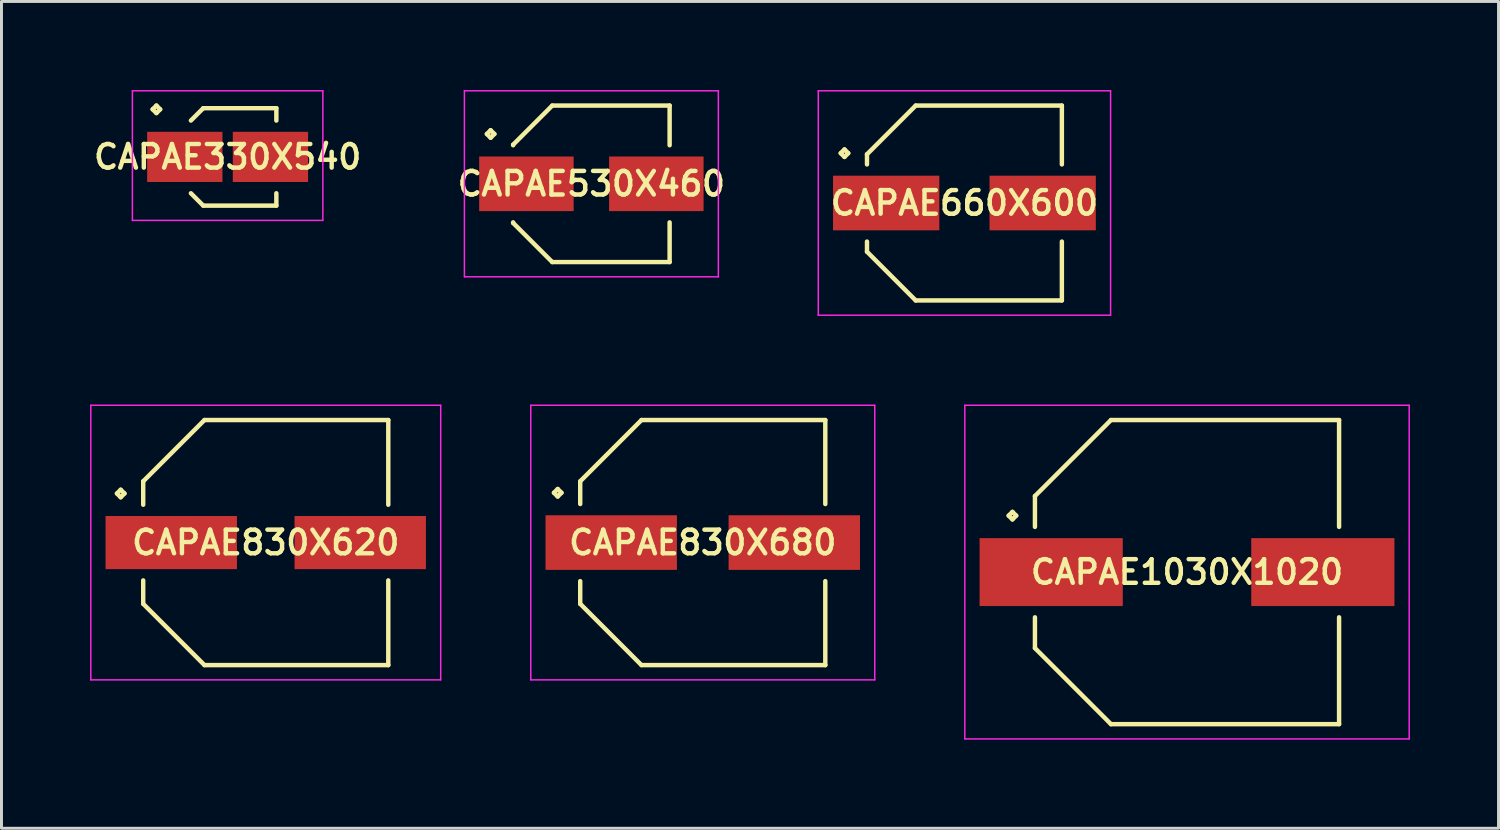
<source format=kicad_pcb>
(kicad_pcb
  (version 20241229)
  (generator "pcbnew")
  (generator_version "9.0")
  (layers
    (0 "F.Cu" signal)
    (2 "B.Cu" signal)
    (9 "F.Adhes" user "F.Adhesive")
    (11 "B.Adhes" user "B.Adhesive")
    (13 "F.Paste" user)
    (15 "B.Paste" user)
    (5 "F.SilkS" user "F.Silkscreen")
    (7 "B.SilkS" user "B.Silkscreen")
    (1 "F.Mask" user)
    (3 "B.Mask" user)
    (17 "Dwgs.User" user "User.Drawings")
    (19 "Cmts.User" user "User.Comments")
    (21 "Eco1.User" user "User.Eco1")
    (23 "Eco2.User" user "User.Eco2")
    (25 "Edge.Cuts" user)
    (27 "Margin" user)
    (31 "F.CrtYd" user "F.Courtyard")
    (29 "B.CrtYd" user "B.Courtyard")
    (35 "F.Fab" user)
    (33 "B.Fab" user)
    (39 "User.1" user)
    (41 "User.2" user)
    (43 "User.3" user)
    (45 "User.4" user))
  (footprint "CAPAE660X600"
    (layer "F.Cu")
    (at 29.612 3.825)
    (property "Reference" "CAPAE660X600" (at 0 0 0) (layer "F.SilkS") (effects (font (size 0.8 0.8) (thickness 0.15))))
    (attr smd)
    (fp_line (start -4.189 -1.687) (end -4.062 -1.814) (stroke (width 0.15) (type solid)) (layer "F.SilkS"))
    (fp_line (start -4.062 -1.814) (end -3.935 -1.687) (stroke (width 0.15) (type solid)) (layer "F.SilkS"))
    (fp_line (start -4.062 -1.56) (end -4.189 -1.687) (stroke (width 0.15) (type solid)) (layer "F.SilkS"))
    (fp_line (start -3.935 -1.687) (end -4.062 -1.56) (stroke (width 0.15) (type solid)) (layer "F.SilkS"))
    (fp_line (start -3.3 -1.65) (end -3.3 -1.306) (stroke (width 0.15) (type solid)) (layer "F.SilkS"))
    (fp_line (start -3.3 1.65) (end -3.3 1.306) (stroke (width 0.15) (type solid)) (layer "F.SilkS"))
    (fp_line (start -1.65 -3.3) (end -3.3 -1.65) (stroke (width 0.15) (type solid)) (layer "F.SilkS"))
    (fp_line (start -1.65 3.3) (end -3.3 1.65) (stroke (width 0.15) (type solid)) (layer "F.SilkS"))
    (fp_line (start 3.3 -3.3) (end -1.65 -3.3) (stroke (width 0.15) (type solid)) (layer "F.SilkS"))
    (fp_line (start 3.3 -1.306) (end 3.3 -3.3) (stroke (width 0.15) (type solid)) (layer "F.SilkS"))
    (fp_line (start 3.3 1.306) (end 3.3 3.3) (stroke (width 0.15) (type solid)) (layer "F.SilkS"))
    (fp_line (start 3.3 3.3) (end -1.65 3.3) (stroke (width 0.15) (type solid)) (layer "F.SilkS"))
    (fp_line (start -4.95 -3.8) (end 4.95 -3.8) (stroke (width 0.05) (type solid)) (layer "F.CrtYd"))
    (fp_line (start -4.95 3.8) (end -4.95 -3.8) (stroke (width 0.05) (type solid)) (layer "F.CrtYd"))
    (fp_line (start 4.95 -3.8) (end 4.95 3.8) (stroke (width 0.05) (type solid)) (layer "F.CrtYd"))
    (fp_line (start 4.95 3.8) (end -4.95 3.8) (stroke (width 0.05) (type solid)) (layer "F.CrtYd"))
    (pad "1" smd rect (at -2.65 0) (size 3.6 1.85) (layers "F.Cu" "F.Mask" "F.Paste"))
    (pad "2" smd rect (at 2.65 0) (size 3.6 1.85) (layers "F.Cu" "F.Mask" "F.Paste")))
  (footprint "CAPAE530X460"
    (layer "F.Cu")
    (at 16.978 3.175)
    (property "Reference" "CAPAE530X460" (at 0 0 0) (layer "F.SilkS") (effects (font (size 0.8 0.8) (thickness 0.15))))
    (attr smd)
    (fp_line (start -3.539 -1.687) (end -3.412 -1.814) (stroke (width 0.15) (type solid)) (layer "F.SilkS"))
    (fp_line (start -3.412 -1.814) (end -3.285 -1.687) (stroke (width 0.15) (type solid)) (layer "F.SilkS"))
    (fp_line (start -3.412 -1.56) (end -3.539 -1.687) (stroke (width 0.15) (type solid)) (layer "F.SilkS"))
    (fp_line (start -3.285 -1.687) (end -3.412 -1.56) (stroke (width 0.15) (type solid)) (layer "F.SilkS"))
    (fp_line (start -2.65 -1.325) (end -2.65 -1.306) (stroke (width 0.15) (type solid)) (layer "F.SilkS"))
    (fp_line (start -2.65 1.325) (end -2.65 1.306) (stroke (width 0.15) (type solid)) (layer "F.SilkS"))
    (fp_line (start -1.325 -2.65) (end -2.65 -1.325) (stroke (width 0.15) (type solid)) (layer "F.SilkS"))
    (fp_line (start -1.325 2.65) (end -2.65 1.325) (stroke (width 0.15) (type solid)) (layer "F.SilkS"))
    (fp_line (start 2.65 -2.65) (end -1.325 -2.65) (stroke (width 0.15) (type solid)) (layer "F.SilkS"))
    (fp_line (start 2.65 -1.306) (end 2.65 -2.65) (stroke (width 0.15) (type solid)) (layer "F.SilkS"))
    (fp_line (start 2.65 1.306) (end 2.65 2.65) (stroke (width 0.15) (type solid)) (layer "F.SilkS"))
    (fp_line (start 2.65 2.65) (end -1.325 2.65) (stroke (width 0.15) (type solid)) (layer "F.SilkS"))
    (fp_line (start -4.3 -3.15) (end 4.3 -3.15) (stroke (width 0.05) (type solid)) (layer "F.CrtYd"))
    (fp_line (start -4.3 3.15) (end -4.3 -3.15) (stroke (width 0.05) (type solid)) (layer "F.CrtYd"))
    (fp_line (start 4.3 -3.15) (end 4.3 3.15) (stroke (width 0.05) (type solid)) (layer "F.CrtYd"))
    (fp_line (start 4.3 3.15) (end -4.3 3.15) (stroke (width 0.05) (type solid)) (layer "F.CrtYd"))
    (pad "1" smd rect (at -2.2 0) (size 3.2 1.85) (layers "F.Cu" "F.Mask" "F.Paste"))
    (pad "2" smd rect (at 2.2 0) (size 3.2 1.85) (layers "F.Cu" "F.Mask" "F.Paste")))
  (footprint "CAPAE1030X1020"
    (layer "F.Cu")
    (at 37.15 16.325)
    (property "Reference" "CAPAE1030X1020" (at 0 0 0) (layer "F.SilkS") (effects (font (size 0.8 0.8) (thickness 0.15))))
    (attr smd)
    (fp_line (start -6.039 -1.912) (end -5.912 -2.039) (stroke (width 0.15) (type solid)) (layer "F.SilkS"))
    (fp_line (start -5.912 -2.039) (end -5.785 -1.912) (stroke (width 0.15) (type solid)) (layer "F.SilkS"))
    (fp_line (start -5.912 -1.785) (end -6.039 -1.912) (stroke (width 0.15) (type solid)) (layer "F.SilkS"))
    (fp_line (start -5.785 -1.912) (end -5.912 -1.785) (stroke (width 0.15) (type solid)) (layer "F.SilkS"))
    (fp_line (start -5.15 -2.575) (end -5.15 -1.531) (stroke (width 0.15) (type solid)) (layer "F.SilkS"))
    (fp_line (start -5.15 2.575) (end -5.15 1.531) (stroke (width 0.15) (type solid)) (layer "F.SilkS"))
    (fp_line (start -2.575 -5.15) (end -5.15 -2.575) (stroke (width 0.15) (type solid)) (layer "F.SilkS"))
    (fp_line (start -2.575 5.15) (end -5.15 2.575) (stroke (width 0.15) (type solid)) (layer "F.SilkS"))
    (fp_line (start 5.15 -5.15) (end -2.575 -5.15) (stroke (width 0.15) (type solid)) (layer "F.SilkS"))
    (fp_line (start 5.15 -1.531) (end 5.15 -5.15) (stroke (width 0.15) (type solid)) (layer "F.SilkS"))
    (fp_line (start 5.15 1.531) (end 5.15 5.15) (stroke (width 0.15) (type solid)) (layer "F.SilkS"))
    (fp_line (start 5.15 5.15) (end -2.575 5.15) (stroke (width 0.15) (type solid)) (layer "F.SilkS"))
    (fp_line (start -7.525 -5.65) (end 7.525 -5.65) (stroke (width 0.05) (type solid)) (layer "F.CrtYd"))
    (fp_line (start -7.525 5.65) (end -7.525 -5.65) (stroke (width 0.05) (type solid)) (layer "F.CrtYd"))
    (fp_line (start 7.525 -5.65) (end 7.525 5.65) (stroke (width 0.05) (type solid)) (layer "F.CrtYd"))
    (fp_line (start 7.525 5.65) (end -7.525 5.65) (stroke (width 0.05) (type solid)) (layer "F.CrtYd"))
    (pad "1" smd rect (at -4.6 0) (size 4.85 2.3) (layers "F.Cu" "F.Mask" "F.Paste"))
    (pad "2" smd rect (at 4.6 0) (size 4.85 2.3) (layers "F.Cu" "F.Mask" "F.Paste")))
  (footprint "CAPAE830X680"
    (layer "F.Cu")
    (at 20.75 15.325)
    (property "Reference" "CAPAE830X680" (at 0 0 0) (layer "F.SilkS") (effects (font (size 0.8 0.8) (thickness 0.15))))
    (attr smd)
    (fp_line (start -5.039 -1.687) (end -4.912 -1.814) (stroke (width 0.15) (type solid)) (layer "F.SilkS"))
    (fp_line (start -4.912 -1.814) (end -4.785 -1.687) (stroke (width 0.15) (type solid)) (layer "F.SilkS"))
    (fp_line (start -4.912 -1.56) (end -5.039 -1.687) (stroke (width 0.15) (type solid)) (layer "F.SilkS"))
    (fp_line (start -4.785 -1.687) (end -4.912 -1.56) (stroke (width 0.15) (type solid)) (layer "F.SilkS"))
    (fp_line (start -4.15 -2.075) (end -4.15 -1.306) (stroke (width 0.15) (type solid)) (layer "F.SilkS"))
    (fp_line (start -4.15 2.075) (end -4.15 1.306) (stroke (width 0.15) (type solid)) (layer "F.SilkS"))
    (fp_line (start -2.075 -4.15) (end -4.15 -2.075) (stroke (width 0.15) (type solid)) (layer "F.SilkS"))
    (fp_line (start -2.075 4.15) (end -4.15 2.075) (stroke (width 0.15) (type solid)) (layer "F.SilkS"))
    (fp_line (start 4.15 -4.15) (end -2.075 -4.15) (stroke (width 0.15) (type solid)) (layer "F.SilkS"))
    (fp_line (start 4.15 -1.306) (end 4.15 -4.15) (stroke (width 0.15) (type solid)) (layer "F.SilkS"))
    (fp_line (start 4.15 1.306) (end 4.15 4.15) (stroke (width 0.15) (type solid)) (layer "F.SilkS"))
    (fp_line (start 4.15 4.15) (end -2.075 4.15) (stroke (width 0.15) (type solid)) (layer "F.SilkS"))
    (fp_line (start -5.825 -4.65) (end 5.825 -4.65) (stroke (width 0.05) (type solid)) (layer "F.CrtYd"))
    (fp_line (start -5.825 4.65) (end -5.825 -4.65) (stroke (width 0.05) (type solid)) (layer "F.CrtYd"))
    (fp_line (start 5.825 -4.65) (end 5.825 4.65) (stroke (width 0.05) (type solid)) (layer "F.CrtYd"))
    (fp_line (start 5.825 4.65) (end -5.825 4.65) (stroke (width 0.05) (type solid)) (layer "F.CrtYd"))
    (pad "1" smd rect (at -3.1 0) (size 4.45 1.85) (layers "F.Cu" "F.Mask" "F.Paste"))
    (pad "2" smd rect (at 3.1 0) (size 4.45 1.85) (layers "F.Cu" "F.Mask" "F.Paste")))
  (footprint "CAPAE830X620"
    (layer "F.Cu")
    (at 5.95 15.325)
    (property "Reference" "CAPAE830X620" (at 0 0 0) (layer "F.SilkS") (effects (font (size 0.8 0.8) (thickness 0.15))))
    (attr smd)
    (fp_line (start -5.039 -1.662) (end -4.912 -1.789) (stroke (width 0.15) (type solid)) (layer "F.SilkS"))
    (fp_line (start -4.912 -1.789) (end -4.785 -1.662) (stroke (width 0.15) (type solid)) (layer "F.SilkS"))
    (fp_line (start -4.912 -1.535) (end -5.039 -1.662) (stroke (width 0.15) (type solid)) (layer "F.SilkS"))
    (fp_line (start -4.785 -1.662) (end -4.912 -1.535) (stroke (width 0.15) (type solid)) (layer "F.SilkS"))
    (fp_line (start -4.15 -2.075) (end -4.15 -1.281) (stroke (width 0.15) (type solid)) (layer "F.SilkS"))
    (fp_line (start -4.15 2.075) (end -4.15 1.281) (stroke (width 0.15) (type solid)) (layer "F.SilkS"))
    (fp_line (start -2.075 -4.15) (end -4.15 -2.075) (stroke (width 0.15) (type solid)) (layer "F.SilkS"))
    (fp_line (start -2.075 4.15) (end -4.15 2.075) (stroke (width 0.15) (type solid)) (layer "F.SilkS"))
    (fp_line (start 4.15 -4.15) (end -2.075 -4.15) (stroke (width 0.15) (type solid)) (layer "F.SilkS"))
    (fp_line (start 4.15 -1.281) (end 4.15 -4.15) (stroke (width 0.15) (type solid)) (layer "F.SilkS"))
    (fp_line (start 4.15 1.281) (end 4.15 4.15) (stroke (width 0.15) (type solid)) (layer "F.SilkS"))
    (fp_line (start 4.15 4.15) (end -2.075 4.15) (stroke (width 0.15) (type solid)) (layer "F.SilkS"))
    (fp_line (start -5.925 -4.65) (end 5.925 -4.65) (stroke (width 0.05) (type solid)) (layer "F.CrtYd"))
    (fp_line (start -5.925 4.65) (end -5.925 -4.65) (stroke (width 0.05) (type solid)) (layer "F.CrtYd"))
    (fp_line (start 5.925 -4.65) (end 5.925 4.65) (stroke (width 0.05) (type solid)) (layer "F.CrtYd"))
    (fp_line (start 5.925 4.65) (end -5.925 4.65) (stroke (width 0.05) (type solid)) (layer "F.CrtYd"))
    (pad "1" smd rect (at -3.2 0) (size 4.45 1.8) (layers "F.Cu" "F.Mask" "F.Paste"))
    (pad "2" smd rect (at 3.2 0) (size 4.45 1.8) (layers "F.Cu" "F.Mask" "F.Paste")))
  (footprint "CAPAE330X540"
    (layer "F.Cu")
    (at 4.659 2.264)
    (property "Reference" "CAPAE330X540" (at 0 0 0) (layer "F.SilkS") (effects (font (size 0.8 0.8) (thickness 0.15))))
    (attr smd)
    (fp_line (start -2.539 -1.612) (end -2.412 -1.739) (stroke (width 0.15) (type solid)) (layer "F.SilkS"))
    (fp_line (start -2.412 -1.739) (end -2.285 -1.612) (stroke (width 0.15) (type solid)) (layer "F.SilkS"))
    (fp_line (start -2.412 -1.485) (end -2.539 -1.612) (stroke (width 0.15) (type solid)) (layer "F.SilkS"))
    (fp_line (start -2.285 -1.612) (end -2.412 -1.485) (stroke (width 0.15) (type solid)) (layer "F.SilkS"))
    (fp_line (start -0.825 -1.65) (end -1.244 -1.231) (stroke (width 0.15) (type solid)) (layer "F.SilkS"))
    (fp_line (start -0.825 1.65) (end -1.244 1.231) (stroke (width 0.15) (type solid)) (layer "F.SilkS"))
    (fp_line (start 1.65 -1.65) (end -0.825 -1.65) (stroke (width 0.15) (type solid)) (layer "F.SilkS"))
    (fp_line (start 1.65 -1.231) (end 1.65 -1.65) (stroke (width 0.15) (type solid)) (layer "F.SilkS"))
    (fp_line (start 1.65 1.231) (end 1.65 1.65) (stroke (width 0.15) (type solid)) (layer "F.SilkS"))
    (fp_line (start 1.65 1.65) (end -0.825 1.65) (stroke (width 0.15) (type solid)) (layer "F.SilkS"))
    (fp_line (start -3.225 -2.239) (end 3.225 -2.239) (stroke (width 0.05) (type solid)) (layer "F.CrtYd"))
    (fp_line (start -3.225 2.15) (end -3.225 -2.239) (stroke (width 0.05) (type solid)) (layer "F.CrtYd"))
    (fp_line (start 3.225 -2.239) (end 3.225 2.15) (stroke (width 0.05) (type solid)) (layer "F.CrtYd"))
    (fp_line (start 3.225 2.15) (end -3.225 2.15) (stroke (width 0.05) (type solid)) (layer "F.CrtYd"))
    (pad "1" smd rect (at -1.45 0) (size 2.55 1.7) (layers "F.Cu" "F.Mask" "F.Paste"))
    (pad "2" smd rect (at 1.45 0) (size 2.55 1.7) (layers "F.Cu" "F.Mask" "F.Paste")))
  (gr_rect
    (start -3 -3)
    (end 47.7 25)
    (stroke (width 0.1) (type default))
    (fill no)
    (layer "Edge.Cuts")))
</source>
